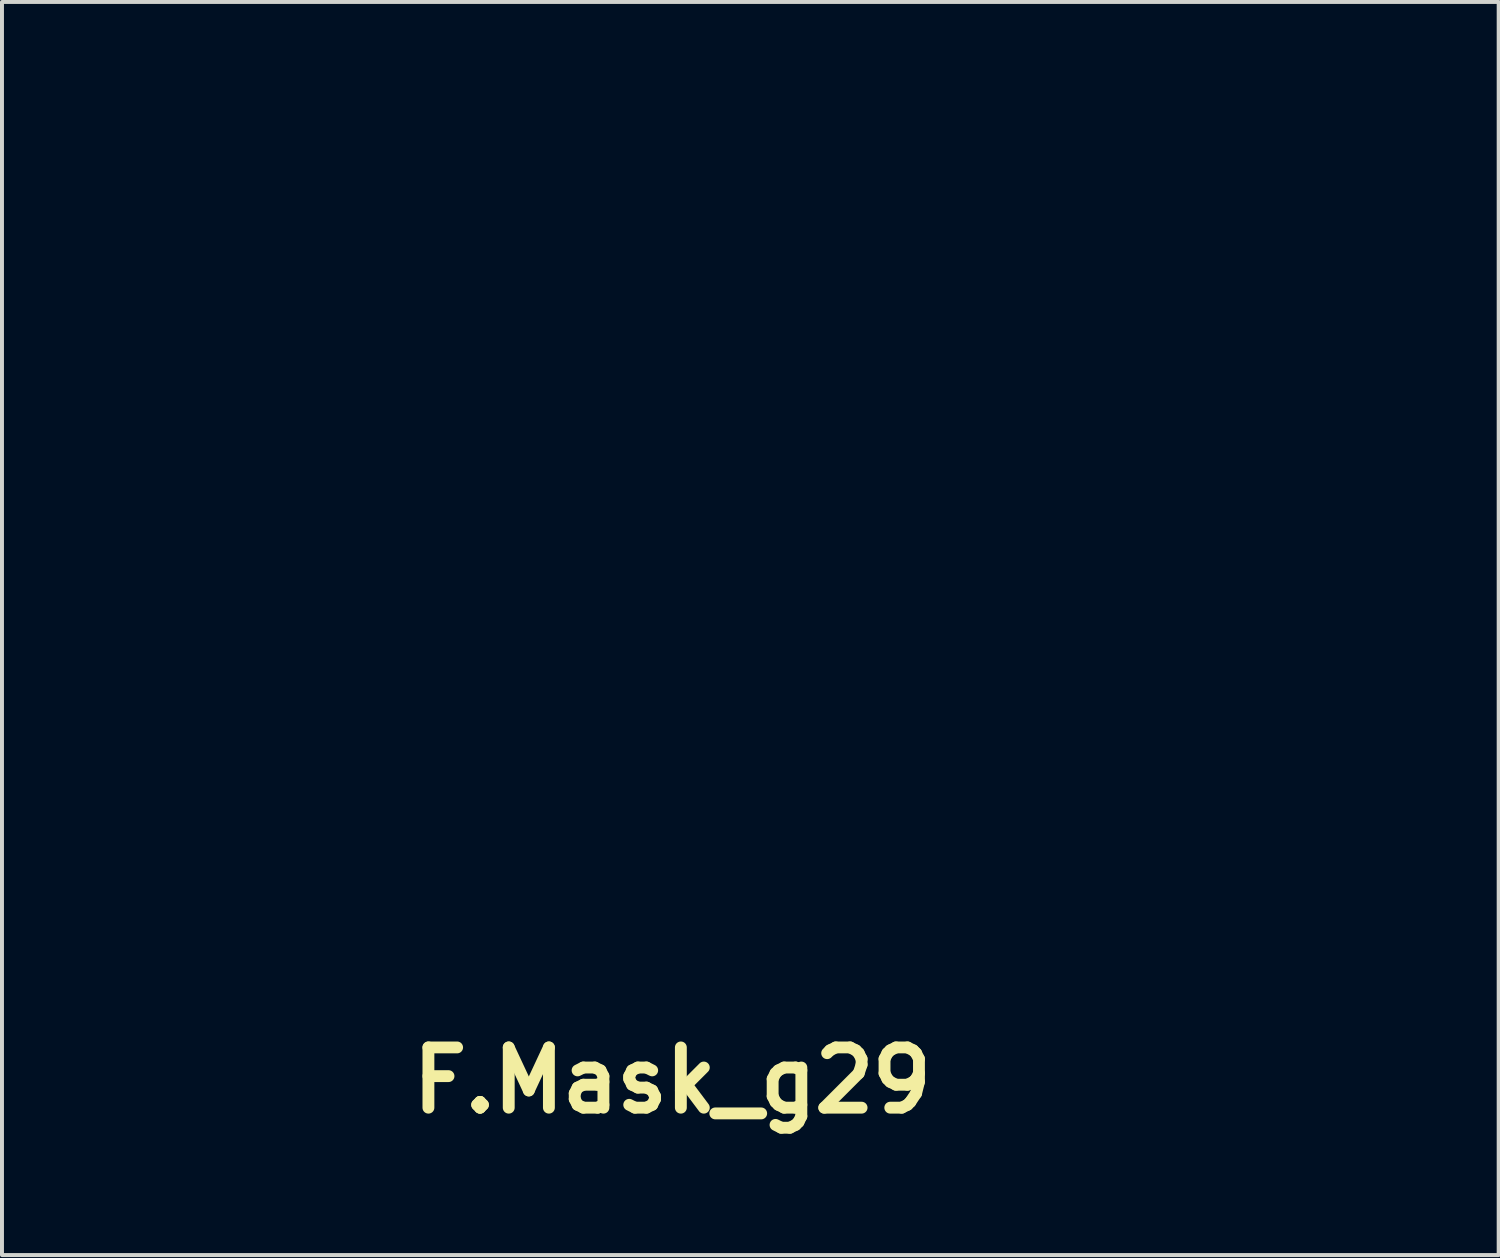
<source format=kicad_pcb>
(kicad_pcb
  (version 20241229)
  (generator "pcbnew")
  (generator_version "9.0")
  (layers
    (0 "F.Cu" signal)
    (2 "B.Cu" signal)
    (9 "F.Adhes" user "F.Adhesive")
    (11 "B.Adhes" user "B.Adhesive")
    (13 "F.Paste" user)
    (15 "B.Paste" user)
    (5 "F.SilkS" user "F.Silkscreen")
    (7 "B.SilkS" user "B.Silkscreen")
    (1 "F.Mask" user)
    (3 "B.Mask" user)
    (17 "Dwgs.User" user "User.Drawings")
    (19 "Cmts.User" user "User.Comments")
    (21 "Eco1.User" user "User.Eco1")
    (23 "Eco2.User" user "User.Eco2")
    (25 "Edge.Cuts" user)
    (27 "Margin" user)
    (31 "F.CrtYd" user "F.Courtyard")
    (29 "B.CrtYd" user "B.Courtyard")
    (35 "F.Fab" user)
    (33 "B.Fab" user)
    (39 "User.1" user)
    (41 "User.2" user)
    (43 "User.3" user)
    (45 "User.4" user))
  (footprint "F.Mask_g29"
    (layer "F.Cu")
    (at 13.957 24.283)
    (property "Reference" "F.Mask_g29" (at 0 0 0) (layer "F.SilkS") (effects (font (size 1.524 1.524) (thickness 0.3))))
    (attr through_hole)
    (fp_poly (pts (xy -12.59 -19.976) (xy -12.451 -19.927) (xy -12.368 -19.861) (xy -12.34 -19.769) (xy -12.369 -19.644) (xy -12.456 -19.481) (xy -12.604 -19.271) (xy -12.743 -19.092) (xy -12.864 -18.938) (xy -13.011 -18.744) (xy -13.163 -18.54) (xy -13.254 -18.415) (xy -13.413 -18.197) (xy -13.532 -18.039) (xy -13.618 -17.931) (xy -13.681 -17.866) (xy -13.729 -17.833) (xy -13.769 -17.822) (xy -13.774 -17.822) (xy -13.843 -17.856) (xy -13.894 -17.918) (xy -13.925 -18.021) (xy -13.944 -18.186) (xy -13.952 -18.393) (xy -13.948 -18.618) (xy -13.934 -18.842) (xy -13.909 -19.042) (xy -13.875 -19.197) (xy -13.87 -19.213) (xy -13.743 -19.467) (xy -13.559 -19.682) (xy -13.335 -19.849) (xy -13.084 -19.958) (xy -12.822 -20.001) (xy -12.59 -19.976)) (stroke (width 0.01) (type solid)) (fill yes) (layer "F.Mask"))
    (fp_poly (pts (xy -10.525 -22.695) (xy -10.234 -22.591) (xy -9.957 -22.412) (xy -9.897 -22.36) (xy -9.806 -22.263) (xy -9.754 -22.167) (xy -9.747 -22.066) (xy -9.787 -21.952) (xy -9.879 -21.82) (xy -10.027 -21.662) (xy -10.235 -21.474) (xy -10.507 -21.247) (xy -10.678 -21.11) (xy -10.889 -20.945) (xy -11.101 -20.783) (xy -11.302 -20.633) (xy -11.48 -20.504) (xy -11.625 -20.403) (xy -11.725 -20.339) (xy -11.766 -20.32) (xy -11.813 -20.348) (xy -11.885 -20.415) (xy -11.886 -20.415) (xy -11.952 -20.505) (xy -12.03 -20.641) (xy -12.088 -20.757) (xy -12.148 -20.901) (xy -12.18 -21.026) (xy -12.189 -21.167) (xy -12.185 -21.328) (xy -12.132 -21.672) (xy -12.016 -21.975) (xy -11.846 -22.233) (xy -11.632 -22.442) (xy -11.383 -22.597) (xy -11.109 -22.693) (xy -10.82 -22.727) (xy -10.525 -22.695)) (stroke (width 0.01) (type solid)) (fill yes) (layer "F.Mask"))
    (fp_poly (pts (xy -7.761 -24.277) (xy -7.604 -24.271) (xy -7.488 -24.256) (xy -7.388 -24.228) (xy -7.283 -24.183) (xy -7.197 -24.142) (xy -6.999 -24.021) (xy -6.84 -23.879) (xy -6.731 -23.732) (xy -6.689 -23.594) (xy -6.689 -23.586) (xy -6.713 -23.512) (xy -6.789 -23.431) (xy -6.924 -23.339) (xy -7.125 -23.232) (xy -7.399 -23.105) (xy -7.472 -23.073) (xy -7.71 -22.965) (xy -7.989 -22.834) (xy -8.276 -22.696) (xy -8.535 -22.566) (xy -8.548 -22.559) (xy -8.777 -22.442) (xy -8.942 -22.36) (xy -9.054 -22.308) (xy -9.126 -22.281) (xy -9.168 -22.276) (xy -9.192 -22.288) (xy -9.206 -22.307) (xy -9.271 -22.453) (xy -9.323 -22.645) (xy -9.356 -22.849) (xy -9.361 -22.952) (xy -9.345 -23.151) (xy -9.289 -23.349) (xy -9.186 -23.565) (xy -9.028 -23.818) (xy -9.019 -23.83) (xy -8.894 -23.999) (xy -8.771 -24.121) (xy -8.633 -24.202) (xy -8.463 -24.25) (xy -8.242 -24.273) (xy -7.98 -24.278) (xy -7.761 -24.277)) (stroke (width 0.01) (type solid)) (fill yes) (layer "F.Mask"))
    (fp_poly (pts (xy 2.411 -12.078) (xy 2.68 -12.067) (xy 2.908 -12.047) (xy 3.027 -12.028) (xy 3.373 -11.94) (xy 3.718 -11.824) (xy 4.046 -11.688) (xy 4.339 -11.539) (xy 4.579 -11.385) (xy 4.728 -11.258) (xy 4.984 -10.937) (xy 5.193 -10.549) (xy 5.355 -10.102) (xy 5.466 -9.6) (xy 5.525 -9.051) (xy 5.532 -8.459) (xy 5.531 -8.445) (xy 5.505 -8.012) (xy 5.455 -7.632) (xy 5.377 -7.279) (xy 5.265 -6.923) (xy 5.201 -6.752) (xy 4.984 -6.277) (xy 4.73 -5.873) (xy 4.431 -5.533) (xy 4.08 -5.248) (xy 3.669 -5.012) (xy 3.459 -4.917) (xy 3.293 -4.852) (xy 3.157 -4.812) (xy 3.019 -4.793) (xy 2.846 -4.789) (xy 2.744 -4.79) (xy 2.512 -4.796) (xy 2.243 -4.809) (xy 1.988 -4.825) (xy 1.926 -4.829) (xy 1.51 -4.869) (xy 1.128 -4.917) (xy 0.799 -4.972) (xy 0.593 -5.016) (xy 0.41 -5.055) (xy 0.205 -5.09) (xy 0.106 -5.103) (xy -0.121 -5.149) (xy -0.325 -5.239) (xy -0.526 -5.384) (xy -0.722 -5.573) (xy -1.072 -5.996) (xy -1.363 -6.465) (xy -1.588 -6.961) (xy -1.696 -7.303) (xy -1.754 -7.64) (xy -1.759 -8.015) (xy -1.712 -8.435) (xy -1.611 -8.908) (xy -1.507 -9.287) (xy -1.398 -9.606) (xy -1.274 -9.89) (xy -1.124 -10.164) (xy -0.993 -10.372) (xy -0.748 -10.722) (xy -0.508 -11.027) (xy -0.28 -11.281) (xy -0.073 -11.474) (xy 0.108 -11.598) (xy 0.127 -11.608) (xy 0.315 -11.69) (xy 0.56 -11.78) (xy 0.833 -11.87) (xy 1.108 -11.952) (xy 1.357 -12.015) (xy 1.418 -12.029) (xy 1.603 -12.055) (xy 1.847 -12.072) (xy 2.125 -12.079) (xy 2.411 -12.078)) (stroke (width 0.01) (type solid)) (fill yes) (layer "F.Mask"))
    (fp_poly (pts (xy -9.962 -13.638) (xy -9.692 -13.631) (xy -9.482 -13.619) (xy -9.309 -13.599) (xy -9.149 -13.567) (xy -8.981 -13.522) (xy -8.806 -13.477) (xy -8.652 -13.447) (xy -8.544 -13.437) (xy -8.519 -13.44) (xy -8.441 -13.436) (xy -8.327 -13.387) (xy -8.165 -13.289) (xy -8.117 -13.257) (xy -7.956 -13.154) (xy -7.8 -13.066) (xy -7.678 -13.008) (xy -7.655 -12.999) (xy -7.472 -12.898) (xy -7.299 -12.718) (xy -7.14 -12.466) (xy -6.997 -12.146) (xy -6.873 -11.766) (xy -6.77 -11.33) (xy -6.712 -10.993) (xy -6.651 -10.365) (xy -6.663 -9.762) (xy -6.749 -9.166) (xy -6.91 -8.557) (xy -6.929 -8.501) (xy -7.048 -8.172) (xy -7.175 -7.896) (xy -7.326 -7.648) (xy -7.515 -7.404) (xy -7.757 -7.142) (xy -7.811 -7.087) (xy -8.017 -6.886) (xy -8.187 -6.736) (xy -8.339 -6.624) (xy -8.489 -6.536) (xy -8.529 -6.516) (xy -8.824 -6.371) (xy -9.714 -6.365) (xy -9.989 -6.364) (xy -10.241 -6.365) (xy -10.457 -6.367) (xy -10.621 -6.371) (xy -10.719 -6.376) (xy -10.732 -6.378) (xy -11.106 -6.434) (xy -11.408 -6.483) (xy -11.649 -6.529) (xy -11.841 -6.576) (xy -11.995 -6.63) (xy -12.124 -6.694) (xy -12.237 -6.771) (xy -12.348 -6.868) (xy -12.468 -6.987) (xy -12.512 -7.034) (xy -12.799 -7.366) (xy -13.045 -7.718) (xy -13.241 -8.071) (xy -13.374 -8.407) (xy -13.395 -8.481) (xy -13.441 -8.719) (xy -13.473 -9.009) (xy -13.49 -9.32) (xy -13.49 -9.621) (xy -13.472 -9.881) (xy -13.462 -9.952) (xy -13.355 -10.424) (xy -13.193 -10.922) (xy -12.986 -11.416) (xy -12.745 -11.882) (xy -12.497 -12.271) (xy -12.388 -12.419) (xy -12.287 -12.538) (xy -12.179 -12.644) (xy -12.045 -12.753) (xy -11.868 -12.881) (xy -11.72 -12.983) (xy -11.505 -13.126) (xy -11.283 -13.266) (xy -11.079 -13.388) (xy -10.916 -13.479) (xy -10.888 -13.493) (xy -10.578 -13.647) (xy -9.962 -13.638)) (stroke (width 0.01) (type solid)) (fill yes) (layer "F.Mask"))
    (fp_poly (pts (xy 13.166 -21.73) (xy 13.537 -21.607) (xy 13.633 -21.562) (xy 13.909 -21.387) (xy 14.112 -21.174) (xy 14.243 -20.921) (xy 14.302 -20.625) (xy 14.29 -20.287) (xy 14.207 -19.903) (xy 14.145 -19.71) (xy 14.064 -19.461) (xy 14.021 -19.28) (xy 14.017 -19.163) (xy 14.05 -19.103) (xy 14.094 -19.092) (xy 14.163 -19.107) (xy 14.293 -19.146) (xy 14.467 -19.204) (xy 14.666 -19.276) (xy 14.696 -19.287) (xy 14.99 -19.39) (xy 15.227 -19.454) (xy 15.424 -19.48) (xy 15.601 -19.469) (xy 15.774 -19.421) (xy 15.945 -19.347) (xy 16.216 -19.171) (xy 16.454 -18.936) (xy 16.646 -18.661) (xy 16.779 -18.363) (xy 16.836 -18.1) (xy 16.839 -17.889) (xy 16.8 -17.678) (xy 16.715 -17.455) (xy 16.577 -17.211) (xy 16.383 -16.934) (xy 16.182 -16.679) (xy 16.066 -16.524) (xy 16.007 -16.404) (xy 16.01 -16.314) (xy 16.08 -16.248) (xy 16.221 -16.201) (xy 16.437 -16.17) (xy 16.678 -16.151) (xy 16.97 -16.123) (xy 17.195 -16.073) (xy 17.37 -15.99) (xy 17.511 -15.863) (xy 17.637 -15.68) (xy 17.749 -15.46) (xy 17.864 -15.132) (xy 17.902 -14.806) (xy 17.862 -14.495) (xy 17.843 -14.431) (xy 17.715 -14.09) (xy 17.561 -13.759) (xy 17.398 -13.474) (xy 17.384 -13.453) (xy 17.246 -13.279) (xy 17.103 -13.156) (xy 16.966 -13.089) (xy 16.847 -13.086) (xy 16.77 -13.137) (xy 16.741 -13.193) (xy 16.688 -13.316) (xy 16.617 -13.49) (xy 16.533 -13.703) (xy 16.446 -13.931) (xy 16.185 -14.588) (xy 15.91 -15.191) (xy 15.609 -15.762) (xy 15.272 -16.325) (xy 14.884 -16.9) (xy 14.624 -17.259) (xy 14.217 -17.788) (xy 13.826 -18.254) (xy 13.432 -18.674) (xy 13.02 -19.065) (xy 12.573 -19.442) (xy 12.075 -19.822) (xy 11.859 -19.977) (xy 11.58 -20.187) (xy 11.365 -20.373) (xy 11.218 -20.533) (xy 11.143 -20.662) (xy 11.134 -20.714) (xy 11.156 -20.805) (xy 11.213 -20.929) (xy 11.254 -21) (xy 11.482 -21.284) (xy 11.761 -21.507) (xy 12.079 -21.665) (xy 12.427 -21.757) (xy 12.792 -21.78) (xy 13.166 -21.73)) (stroke (width 0.01) (type solid)) (fill yes) (layer "F.Mask")))
  (gr_rect
    (start -3 -3)
    (end 34.864 28.701)
    (stroke (width 0.1) (type default))
    (fill no)
    (layer "Edge.Cuts")))
</source>
